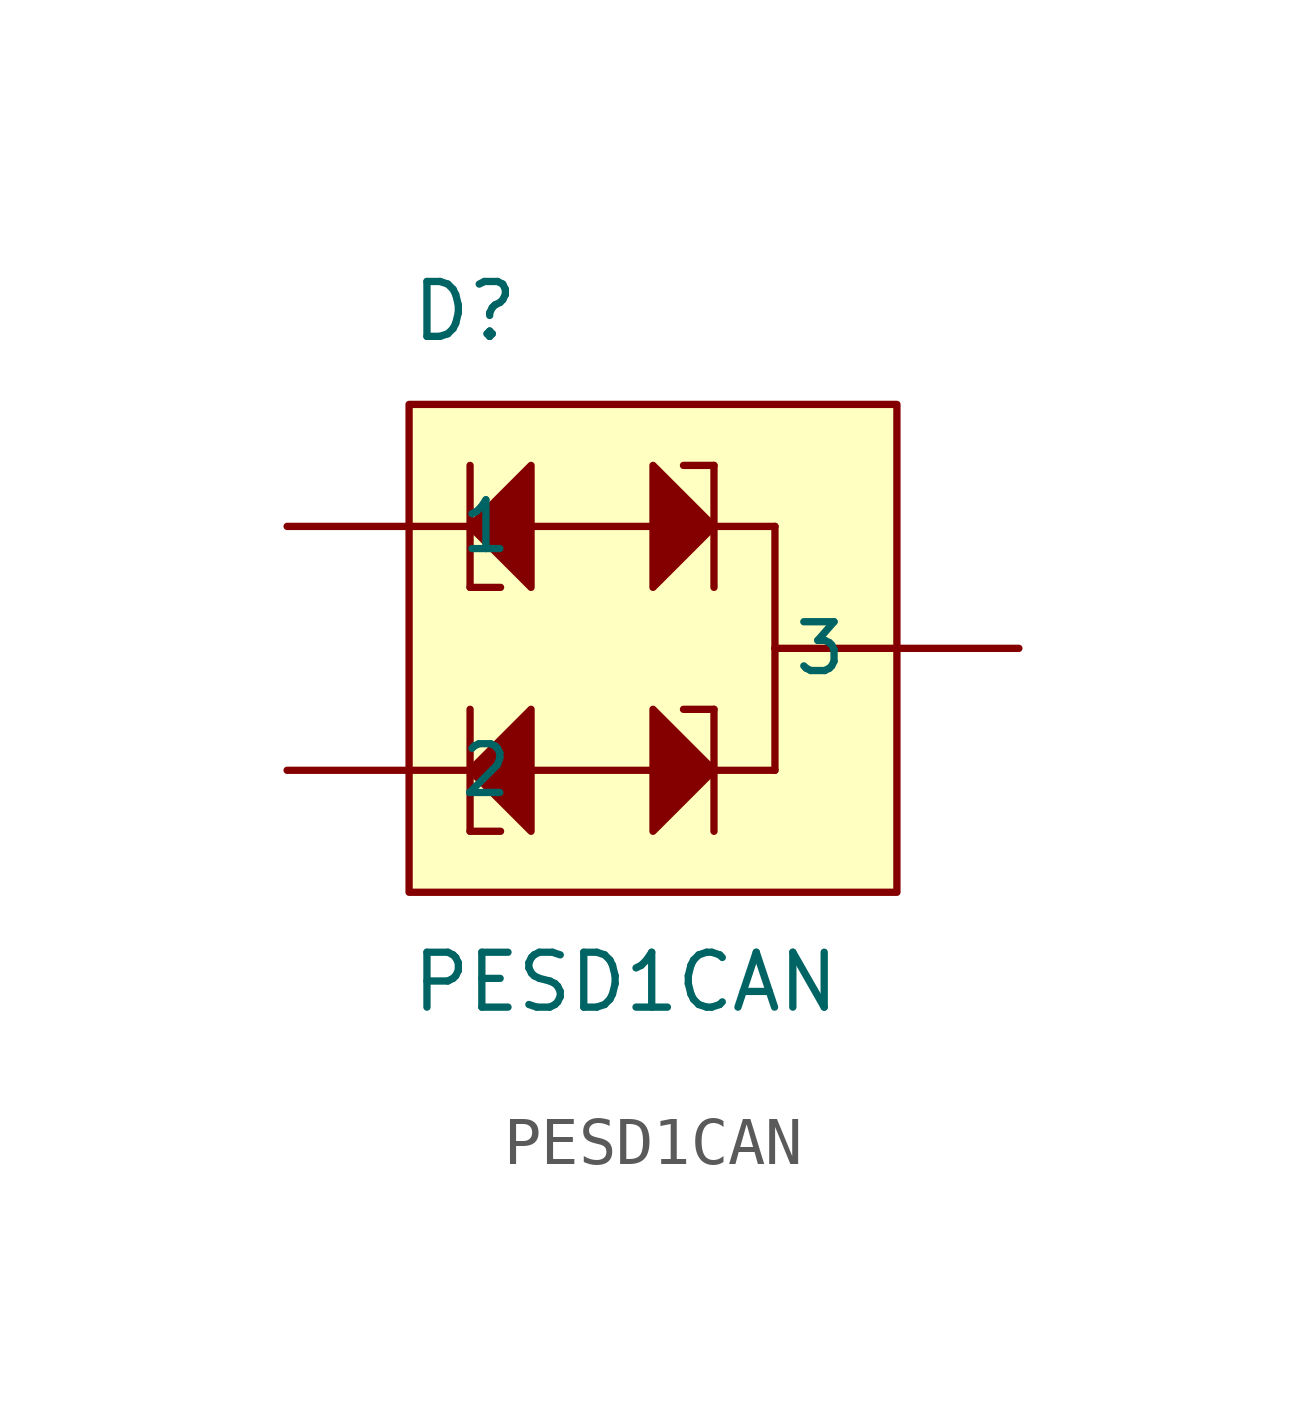
<source format=kicad_sym>
(kicad_symbol_lib
  (version 20241209)
  (generator "kicad_symbol_editor")
  (generator_version "9.0")
  (symbol "PESD1CAN"
    (pin_numbers
      (hide yes))
    (pin_names
      (offset 1.016))
    (property "Reference" "D"
      (at -5.08 6.35 0)
      (effects (font (size 1.143 1.143)) (justify left bottom)))
    (property "Value" "PESD1CAN"
      (at -5.08 -7.62 0)
      (effects (font (size 1.143 1.143)) (justify left bottom)))
    (symbol "PESD1CAN_1_0"
      (polyline (pts (xy -5.08 2.54) (xy -3.81 2.54)) (stroke (width 0) (type solid)) (fill (type none)))
      (polyline (pts (xy -5.08 -2.54) (xy -3.81 -2.54)) (stroke (width 0) (type solid)) (fill (type none)))
      (polyline (pts (xy -3.81 3.81) (xy -3.81 2.54)) (stroke (width 0) (type solid)) (fill (type none)))
      (polyline (pts (xy -3.81 2.54) (xy -3.81 1.27)) (stroke (width 0) (type solid)) (fill (type none)))
      (polyline (pts (xy -3.81 2.54) (xy 1.27 2.54)) (stroke (width 0) (type solid)) (fill (type none)))
      (polyline (pts (xy -3.81 1.27) (xy -3.175 1.27)) (stroke (width 0) (type solid)) (fill (type none)))
      (polyline (pts (xy -3.81 -1.27) (xy -3.81 -2.54)) (stroke (width 0) (type solid)) (fill (type none)))
      (polyline (pts (xy -3.81 -2.54) (xy -3.81 -3.81)) (stroke (width 0) (type solid)) (fill (type none)))
      (polyline (pts (xy -3.81 -2.54) (xy 1.27 -2.54)) (stroke (width 0) (type solid)) (fill (type none)))
      (polyline (pts (xy -3.81 -3.81) (xy -3.175 -3.81)) (stroke (width 0) (type solid)) (fill (type none)))
      (polyline (pts (xy 1.27 3.81) (xy 0.635 3.81)) (stroke (width 0) (type solid)) (fill (type none)))
      (polyline (pts (xy 1.27 2.54) (xy 1.27 3.81)) (stroke (width 0) (type solid)) (fill (type none)))
      (polyline (pts (xy 1.27 2.54) (xy 2.54 2.54)) (stroke (width 0) (type solid)) (fill (type none)))
      (polyline (pts (xy 1.27 1.27) (xy 1.27 2.54)) (stroke (width 0) (type solid)) (fill (type none)))
      (polyline (pts (xy 1.27 -1.27) (xy 0.635 -1.27)) (stroke (width 0) (type solid)) (fill (type none)))
      (polyline (pts (xy 1.27 -2.54) (xy 1.27 -1.27)) (stroke (width 0) (type solid)) (fill (type none)))
      (polyline (pts (xy 1.27 -2.54) (xy 2.54 -2.54)) (stroke (width 0) (type solid)) (fill (type none)))
      (polyline (pts (xy 1.27 -3.81) (xy 1.27 -2.54)) (stroke (width 0) (type solid)) (fill (type none)))
      (polyline (pts (xy 2.54 2.54) (xy 2.54 0)) (stroke (width 0) (type solid)) (fill (type none)))
      (polyline (pts (xy 2.54 0) (xy 2.54 -2.54)) (stroke (width 0) (type solid)) (fill (type none)))
      (polyline (pts (xy 2.54 0) (xy 5.08 0)) (stroke (width 0) (type solid)) (fill (type none))))
    (symbol "PESD1CAN_1_1"
      (polyline (pts (xy -5.08 -5.08) (xy 5.08 -5.08) (xy 5.08 5.08) (xy -5.08 5.08) (xy -5.08 2.54) (xy -5.08 -2.54) (xy -5.08 -5.08)) (stroke (width 0) (type solid)) (fill (type background)))
      (polyline (pts (xy -2.54 3.81) (xy -3.81 2.54) (xy -3.81 2.54) (xy -2.54 1.27) (xy -2.54 1.27) (xy -2.54 3.81)) (stroke (width 0) (type solid)) (fill (type outline)))
      (polyline (pts (xy -2.54 -1.27) (xy -2.54 -3.81) (xy -2.54 -3.81) (xy -3.81 -2.54) (xy -3.81 -2.54) (xy -2.54 -1.27)) (stroke (width 0) (type solid)) (fill (type outline)))
      (polyline (pts (xy 0 3.81) (xy 1.27 2.54) (xy 1.27 2.54) (xy 0 1.27) (xy 0 1.27) (xy 0 3.81)) (stroke (width 0) (type solid)) (fill (type outline)))
      (polyline (pts (xy 0 -1.27) (xy 1.27 -2.54) (xy 1.27 -2.54) (xy 0 -3.81) (xy 0 -3.81) (xy 0 -1.27)) (stroke (width 0) (type solid)) (fill (type outline)))
      (pin bidirectional line (at -7.62 2.54 0) (length 2.54) (name "1" (effects (font (size 1.016 1.016)))) (number "1" (effects (font (size 1.016 1.016)))))
      (pin bidirectional line (at -7.62 -2.54 0) (length 2.54) (name "2" (effects (font (size 1.016 1.016)))) (number "2" (effects (font (size 1.016 1.016)))))
      (pin bidirectional line (at 7.62 0 180) (length 2.54) (name "3" (effects (font (size 1.016 1.016)))) (number "3" (effects (font (size 1.016 1.016))))))))
</source>
